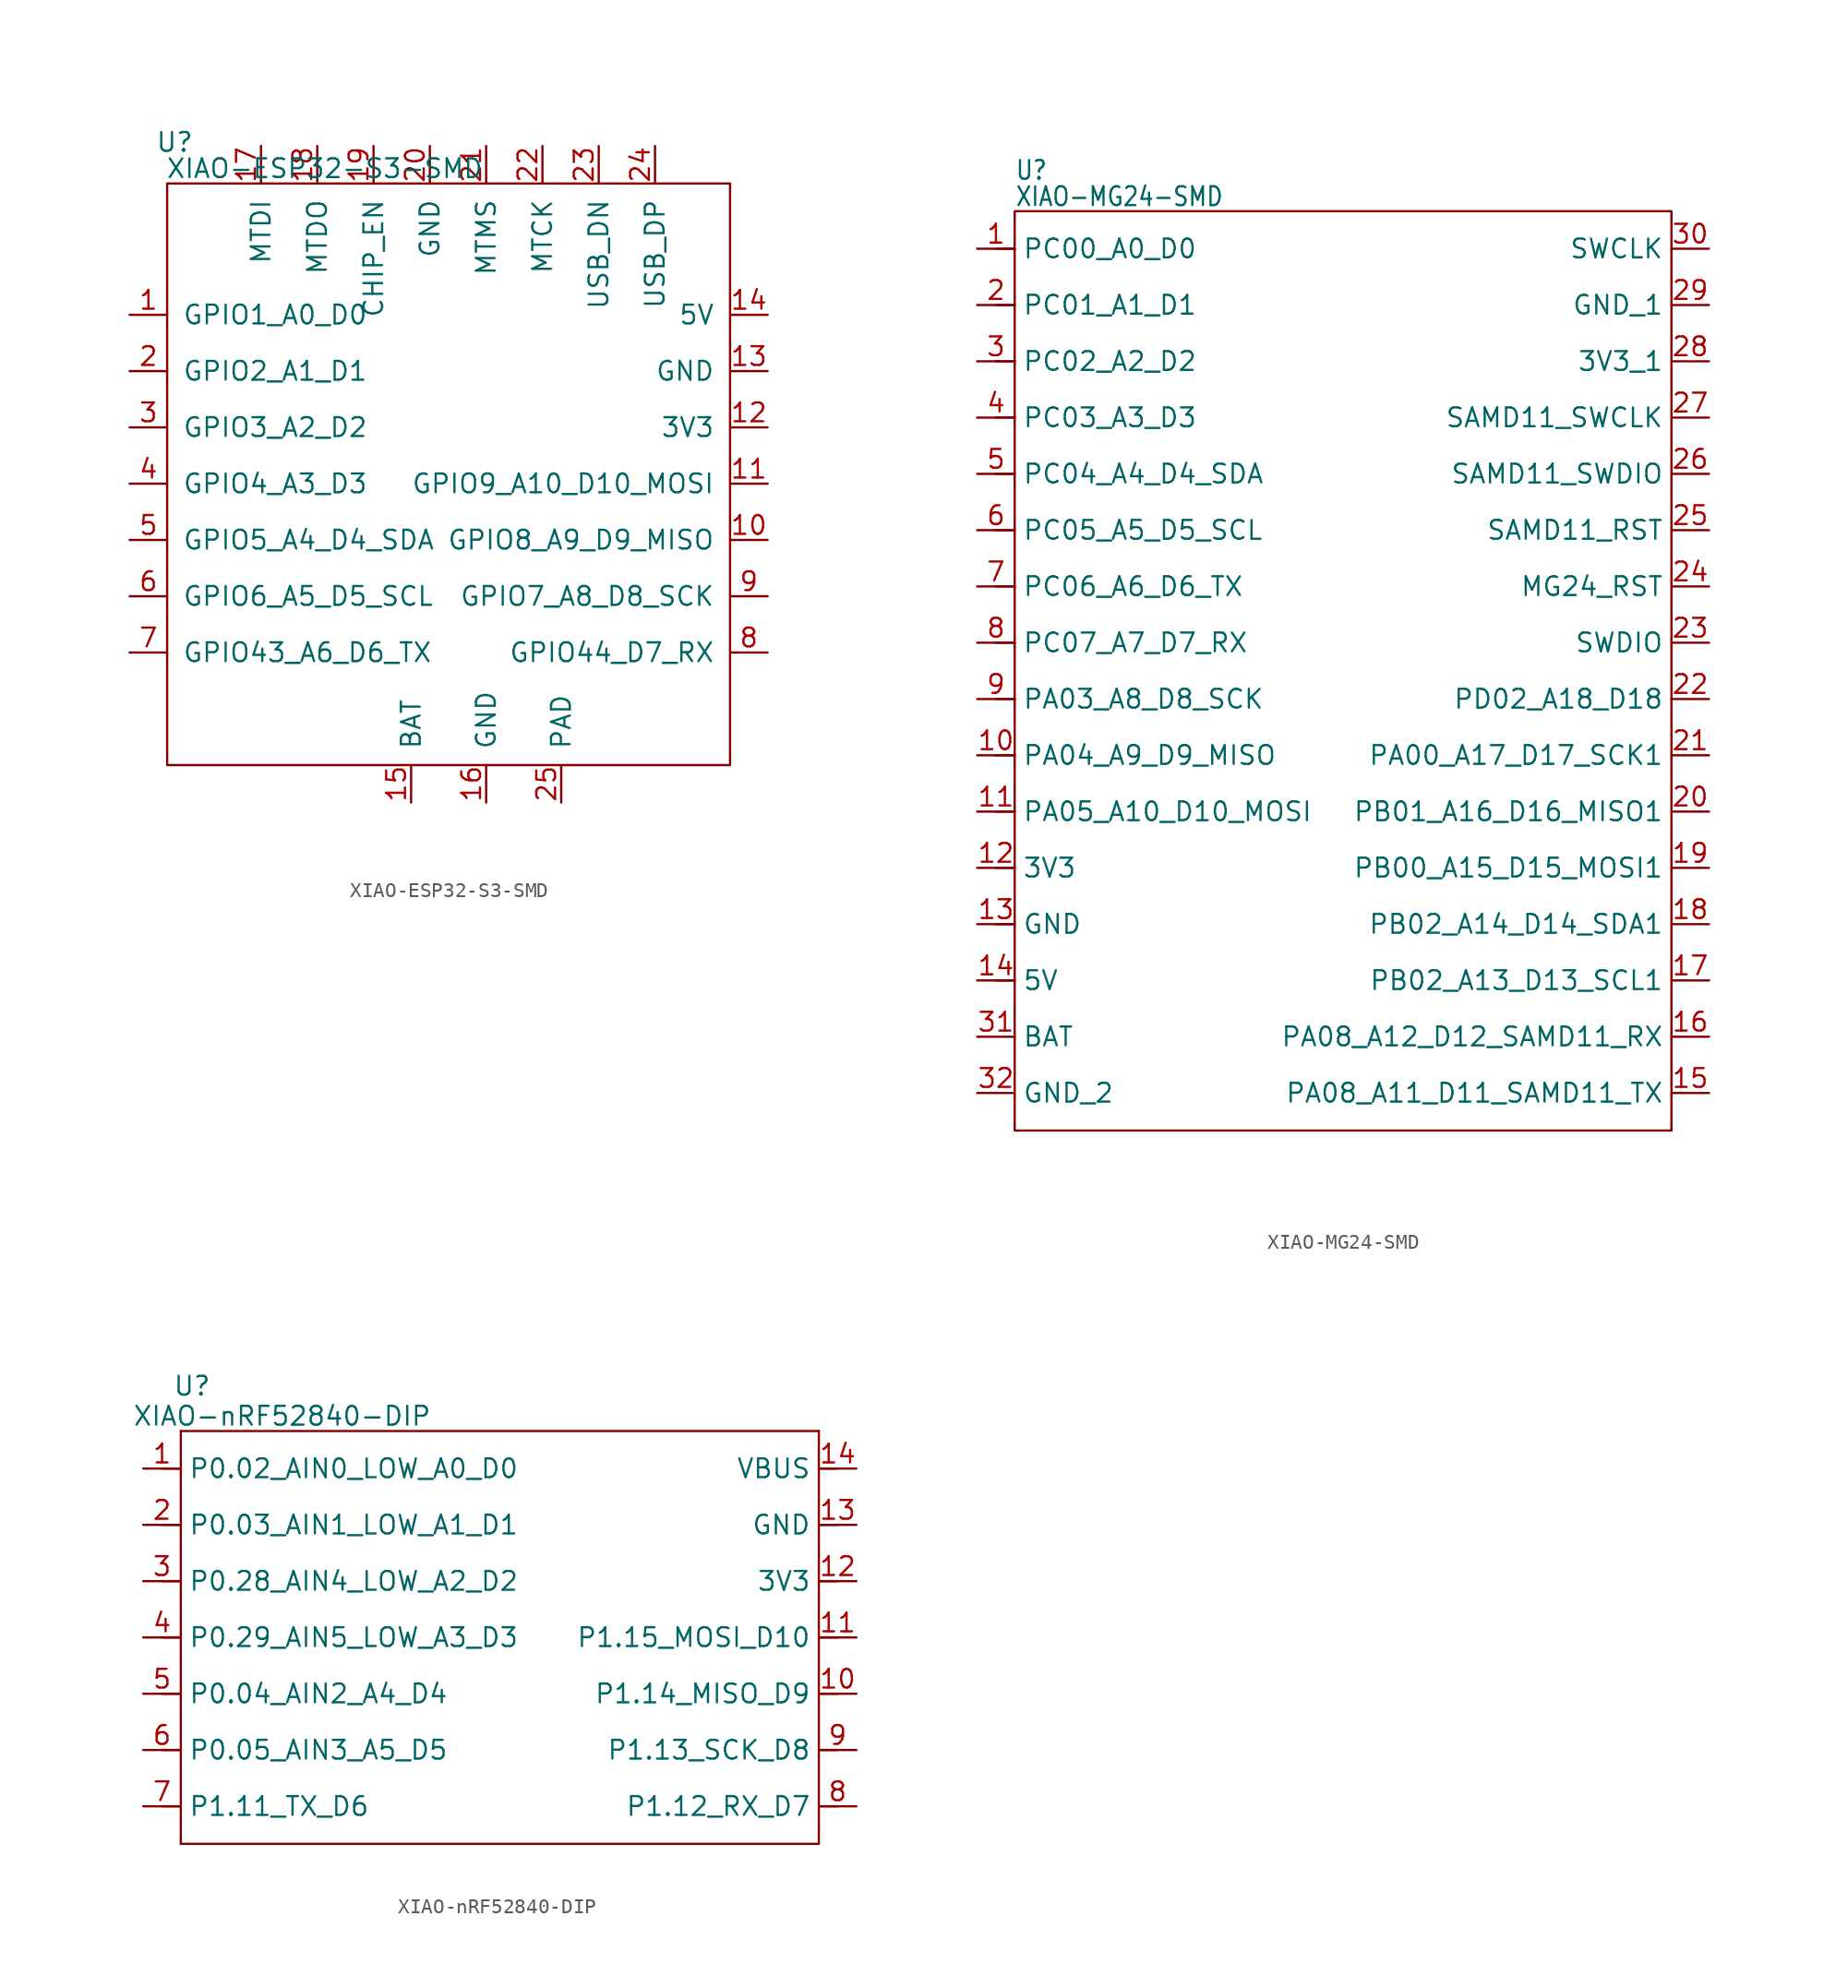
<source format=kicad_sym>
(kicad_symbol_lib
  (version 20231120)
  (generator "kicad_symbol_editor")
  (generator_version "8.0")
  (symbol "XIAO-ESP32-S3-SMD"
    (pin_names
      (offset 1.016))
    (property "Reference" "U"
      (at -18.542 23.114 0)
      (effects (font (size 1.27 1.27))))
    (property "Value" "XIAO-ESP32-S3-SMD"
      (at -8.382 21.336 0)
      (effects (font (size 1.27 1.27))))
    (symbol "XIAO-ESP32-S3-SMD_0_1"
      (rectangle (start 19.05 -19.05) (end -19.05 20.32) (stroke (width 0) (type default)) (fill (type none))))
    (symbol "XIAO-ESP32-S3-SMD_1_1"
      (pin passive line (at -21.59 11.43 0) (length 2.54) (name "GPIO1_A0_D0" (effects (font (size 1.27 1.27)))) (number "1" (effects (font (size 1.27 1.27)))))
      (pin passive line (at 21.59 -3.81 180) (length 2.54) (name "GPIO8_A9_D9_MISO" (effects (font (size 1.27 1.27)))) (number "10" (effects (font (size 1.27 1.27)))))
      (pin passive line (at 21.59 0 180) (length 2.54) (name "GPIO9_A10_D10_MOSI" (effects (font (size 1.27 1.27)))) (number "11" (effects (font (size 1.27 1.27)))))
      (pin passive line (at 21.59 3.81 180) (length 2.54) (name "3V3" (effects (font (size 1.27 1.27)))) (number "12" (effects (font (size 1.27 1.27)))))
      (pin passive line (at 21.59 7.62 180) (length 2.54) (name "GND" (effects (font (size 1.27 1.27)))) (number "13" (effects (font (size 1.27 1.27)))))
      (pin passive line (at 21.59 11.43 180) (length 2.54) (name "5V" (effects (font (size 1.27 1.27)))) (number "14" (effects (font (size 1.27 1.27)))))
      (pin passive line (at -2.54 -21.59 90) (length 2.54) (name "BAT" (effects (font (size 1.27 1.27)))) (number "15" (effects (font (size 1.27 1.27)))))
      (pin passive line (at 2.54 -21.59 90) (length 2.54) (name "GND" (effects (font (size 1.27 1.27)))) (number "16" (effects (font (size 1.27 1.27)))))
      (pin passive line (at -12.7 22.86 270) (length 2.54) (name "MTDI" (effects (font (size 1.27 1.27)))) (number "17" (effects (font (size 1.27 1.27)))))
      (pin passive line (at -8.89 22.86 270) (length 2.54) (name "MTDO" (effects (font (size 1.27 1.27)))) (number "18" (effects (font (size 1.27 1.27)))))
      (pin passive line (at -5.08 22.86 270) (length 2.54) (name "CHIP_EN" (effects (font (size 1.27 1.27)))) (number "19" (effects (font (size 1.27 1.27)))))
      (pin passive line (at -21.59 7.62 0) (length 2.54) (name "GPIO2_A1_D1" (effects (font (size 1.27 1.27)))) (number "2" (effects (font (size 1.27 1.27)))))
      (pin passive line (at -1.27 22.86 270) (length 2.54) (name "GND" (effects (font (size 1.27 1.27)))) (number "20" (effects (font (size 1.27 1.27)))))
      (pin passive line (at 2.54 22.86 270) (length 2.54) (name "MTMS" (effects (font (size 1.27 1.27)))) (number "21" (effects (font (size 1.27 1.27)))))
      (pin passive line (at 6.35 22.86 270) (length 2.54) (name "MTCK" (effects (font (size 1.27 1.27)))) (number "22" (effects (font (size 1.27 1.27)))))
      (pin passive line (at 10.16 22.86 270) (length 2.54) (name "USB_DN" (effects (font (size 1.27 1.27)))) (number "23" (effects (font (size 1.27 1.27)))))
      (pin passive line (at 13.97 22.86 270) (length 2.54) (name "USB_DP" (effects (font (size 1.27 1.27)))) (number "24" (effects (font (size 1.27 1.27)))))
      (pin passive line (at 7.62 -21.59 90) (length 2.54) (name "PAD" (effects (font (size 1.27 1.27)))) (number "25" (effects (font (size 1.27 1.27)))))
      (pin passive line (at -21.59 3.81 0) (length 2.54) (name "GPIO3_A2_D2" (effects (font (size 1.27 1.27)))) (number "3" (effects (font (size 1.27 1.27)))))
      (pin passive line (at -21.59 0 0) (length 2.54) (name "GPIO4_A3_D3" (effects (font (size 1.27 1.27)))) (number "4" (effects (font (size 1.27 1.27)))))
      (pin passive line (at -21.59 -3.81 0) (length 2.54) (name "GPIO5_A4_D4_SDA" (effects (font (size 1.27 1.27)))) (number "5" (effects (font (size 1.27 1.27)))))
      (pin passive line (at -21.59 -7.62 0) (length 2.54) (name "GPIO6_A5_D5_SCL" (effects (font (size 1.27 1.27)))) (number "6" (effects (font (size 1.27 1.27)))))
      (pin passive line (at -21.59 -11.43 0) (length 2.54) (name "GPIO43_A6_D6_TX" (effects (font (size 1.27 1.27)))) (number "7" (effects (font (size 1.27 1.27)))))
      (pin passive line (at 21.59 -11.43 180) (length 2.54) (name "GPIO44_D7_RX" (effects (font (size 1.27 1.27)))) (number "8" (effects (font (size 1.27 1.27)))))
      (pin passive line (at 21.59 -7.62 180) (length 2.54) (name "GPIO7_A8_D8_SCK" (effects (font (size 1.27 1.27)))) (number "9" (effects (font (size 1.27 1.27)))))))
  (symbol "XIAO-MG24-SMD"
    (property "Reference" "U"
      (at -21.59 27.432 0)
      (effects (font (size 1.27 1.079)) (justify left bottom)))
    (property "Value" "XIAO-MG24-SMD"
      (at -21.59 25.654 0)
      (effects (font (size 1.27 1.079)) (justify left bottom)))
    (symbol "XIAO-MG24-SMD_0_1"
      (rectangle (start -21.59 25.4) (end 22.86 -36.83) (stroke (width 0) (type default)) (fill (type none))))
    (symbol "XIAO-MG24-SMD_1_0"
      (polyline (pts (xy -22.86 -26.67) (xy -21.59 -26.67)) (stroke (width 0.152) (type solid)) (fill (type none)))
      (polyline (pts (xy -22.86 -22.86) (xy -21.59 -22.86)) (stroke (width 0.152) (type solid)) (fill (type none)))
      (polyline (pts (xy -22.86 -19.05) (xy -21.59 -19.05)) (stroke (width 0.152) (type solid)) (fill (type none)))
      (polyline (pts (xy -22.86 -15.24) (xy -21.59 -15.24)) (stroke (width 0.152) (type solid)) (fill (type none)))
      (polyline (pts (xy -22.86 -11.43) (xy -21.59 -11.43)) (stroke (width 0.152) (type solid)) (fill (type none)))
      (polyline (pts (xy -22.86 -7.62) (xy -21.59 -7.62)) (stroke (width 0.152) (type solid)) (fill (type none)))
      (polyline (pts (xy -22.86 -3.81) (xy -21.59 -3.81)) (stroke (width 0.152) (type solid)) (fill (type none)))
      (polyline (pts (xy -21.59 0) (xy -22.86 0)) (stroke (width 0.152) (type solid)) (fill (type none)))
      (polyline (pts (xy -21.59 3.81) (xy -22.86 3.81)) (stroke (width 0.152) (type solid)) (fill (type none)))
      (polyline (pts (xy -21.59 7.62) (xy -22.86 7.62)) (stroke (width 0.152) (type solid)) (fill (type none)))
      (polyline (pts (xy -21.59 11.43) (xy -22.86 11.43)) (stroke (width 0.152) (type solid)) (fill (type none)))
      (polyline (pts (xy -21.59 15.24) (xy -22.86 15.24)) (stroke (width 0.152) (type solid)) (fill (type none)))
      (polyline (pts (xy -21.59 19.05) (xy -22.86 19.05)) (stroke (width 0.152) (type solid)) (fill (type none)))
      (polyline (pts (xy -21.59 22.86) (xy -22.86 22.86)) (stroke (width 0.152) (type solid)) (fill (type none)))
      (pin passive line (at -24.13 22.86 0) (length 2.54) (name "PC00_A0_D0" (effects (font (size 1.27 1.27)))) (number "1" (effects (font (size 1.27 1.27)))))
      (pin passive line (at -24.13 -11.43 0) (length 2.54) (name "PA04_A9_D9_MISO" (effects (font (size 1.27 1.27)))) (number "10" (effects (font (size 1.27 1.27)))))
      (pin passive line (at -24.13 -15.24 0) (length 2.54) (name "PA05_A10_D10_MOSI" (effects (font (size 1.27 1.27)))) (number "11" (effects (font (size 1.27 1.27)))))
      (pin passive line (at -24.13 -19.05 0) (length 2.54) (name "3V3" (effects (font (size 1.27 1.27)))) (number "12" (effects (font (size 1.27 1.27)))))
      (pin passive line (at -24.13 -22.86 0) (length 2.54) (name "GND" (effects (font (size 1.27 1.27)))) (number "13" (effects (font (size 1.27 1.27)))))
      (pin passive line (at -24.13 -26.67 0) (length 2.54) (name "5V" (effects (font (size 1.27 1.27)))) (number "14" (effects (font (size 1.27 1.27)))))
      (pin passive line (at -24.13 19.05 0) (length 2.54) (name "PC01_A1_D1" (effects (font (size 1.27 1.27)))) (number "2" (effects (font (size 1.27 1.27)))))
      (pin passive line (at -24.13 15.24 0) (length 2.54) (name "PC02_A2_D2" (effects (font (size 1.27 1.27)))) (number "3" (effects (font (size 1.27 1.27)))))
      (pin passive line (at -24.13 11.43 0) (length 2.54) (name "PC03_A3_D3" (effects (font (size 1.27 1.27)))) (number "4" (effects (font (size 1.27 1.27)))))
      (pin passive line (at -24.13 7.62 0) (length 2.54) (name "PC04_A4_D4_SDA" (effects (font (size 1.27 1.27)))) (number "5" (effects (font (size 1.27 1.27)))))
      (pin passive line (at -24.13 3.81 0) (length 2.54) (name "PC05_A5_D5_SCL" (effects (font (size 1.27 1.27)))) (number "6" (effects (font (size 1.27 1.27)))))
      (pin passive line (at -24.13 0 0) (length 2.54) (name "PC06_A6_D6_TX" (effects (font (size 1.27 1.27)))) (number "7" (effects (font (size 1.27 1.27)))))
      (pin passive line (at -24.13 -3.81 0) (length 2.54) (name "PC07_A7_D7_RX" (effects (font (size 1.27 1.27)))) (number "8" (effects (font (size 1.27 1.27)))))
      (pin passive line (at -24.13 -7.62 0) (length 2.54) (name "PA03_A8_D8_SCK" (effects (font (size 1.27 1.27)))) (number "9" (effects (font (size 1.27 1.27))))))
    (symbol "XIAO-MG24-SMD_1_1"
      (pin passive line (at 25.4 -34.29 180) (length 2.54) (name "PA08_A11_D11_SAMD11_TX" (effects (font (size 1.27 1.27)))) (number "15" (effects (font (size 1.27 1.27)))))
      (pin passive line (at 25.4 -30.48 180) (length 2.54) (name "PA08_A12_D12_SAMD11_RX" (effects (font (size 1.27 1.27)))) (number "16" (effects (font (size 1.27 1.27)))))
      (pin passive line (at 25.4 -26.67 180) (length 2.54) (name "PB02_A13_D13_SCL1" (effects (font (size 1.27 1.27)))) (number "17" (effects (font (size 1.27 1.27)))))
      (pin passive line (at 25.4 -22.86 180) (length 2.54) (name "PB02_A14_D14_SDA1" (effects (font (size 1.27 1.27)))) (number "18" (effects (font (size 1.27 1.27)))))
      (pin passive line (at 25.4 -19.05 180) (length 2.54) (name "PB00_A15_D15_MOSI1" (effects (font (size 1.27 1.27)))) (number "19" (effects (font (size 1.27 1.27)))))
      (pin passive line (at 25.4 -15.24 180) (length 2.54) (name "PB01_A16_D16_MISO1" (effects (font (size 1.27 1.27)))) (number "20" (effects (font (size 1.27 1.27)))))
      (pin passive line (at 25.4 -11.43 180) (length 2.54) (name "PA00_A17_D17_SCK1" (effects (font (size 1.27 1.27)))) (number "21" (effects (font (size 1.27 1.27)))))
      (pin passive line (at 25.4 -7.62 180) (length 2.54) (name "PD02_A18_D18" (effects (font (size 1.27 1.27)))) (number "22" (effects (font (size 1.27 1.27)))))
      (pin passive line (at 25.4 -3.81 180) (length 2.54) (name "SWDIO" (effects (font (size 1.27 1.27)))) (number "23" (effects (font (size 1.27 1.27)))))
      (pin passive line (at 25.4 0 180) (length 2.54) (name "MG24_RST" (effects (font (size 1.27 1.27)))) (number "24" (effects (font (size 1.27 1.27)))))
      (pin passive line (at 25.4 3.81 180) (length 2.54) (name "SAMD11_RST" (effects (font (size 1.27 1.27)))) (number "25" (effects (font (size 1.27 1.27)))))
      (pin passive line (at 25.4 7.62 180) (length 2.54) (name "SAMD11_SWDIO" (effects (font (size 1.27 1.27)))) (number "26" (effects (font (size 1.27 1.27)))))
      (pin passive line (at 25.4 11.43 180) (length 2.54) (name "SAMD11_SWCLK" (effects (font (size 1.27 1.27)))) (number "27" (effects (font (size 1.27 1.27)))))
      (pin passive line (at 25.4 15.24 180) (length 2.54) (name "3V3_1" (effects (font (size 1.27 1.27)))) (number "28" (effects (font (size 1.27 1.27)))))
      (pin passive line (at 25.4 19.05 180) (length 2.54) (name "GND_1" (effects (font (size 1.27 1.27)))) (number "29" (effects (font (size 1.27 1.27)))))
      (pin passive line (at 25.4 22.86 180) (length 2.54) (name "SWCLK" (effects (font (size 1.27 1.27)))) (number "30" (effects (font (size 1.27 1.27)))))
      (pin passive line (at -24.13 -30.48 0) (length 2.54) (name "BAT" (effects (font (size 1.27 1.27)))) (number "31" (effects (font (size 1.27 1.27)))))
      (pin passive line (at -24.13 -34.29 0) (length 2.54) (name "GND_2" (effects (font (size 1.27 1.27)))) (number "32" (effects (font (size 1.27 1.27)))))))
  (symbol "XIAO-nRF52840-DIP"
    (property "Reference" "U"
      (at -3.048 1.778 0)
      (effects (font (size 1.27 1.27))))
    (property "Value" "XIAO-nRF52840-DIP"
      (at 3.048 -0.254 0)
      (effects (font (size 1.27 1.27))))
    (symbol "XIAO-nRF52840-DIP_1_0"
      (polyline (pts (xy -3.81 -29.21) (xy -3.81 -15.24)) (stroke (width 0.152) (type solid)) (fill (type none)))
      (polyline (pts (xy -3.81 -26.67) (xy -5.08 -26.67)) (stroke (width 0.152) (type solid)) (fill (type none)))
      (polyline (pts (xy -3.81 -22.86) (xy -5.08 -22.86)) (stroke (width 0.152) (type solid)) (fill (type none)))
      (polyline (pts (xy -3.81 -19.05) (xy -5.08 -19.05)) (stroke (width 0.152) (type solid)) (fill (type none)))
      (polyline (pts (xy -3.81 -15.24) (xy -5.08 -15.24)) (stroke (width 0.152) (type solid)) (fill (type none)))
      (polyline (pts (xy -3.81 -15.24) (xy -3.81 -11.43)) (stroke (width 0.152) (type solid)) (fill (type none)))
      (polyline (pts (xy -3.81 -11.43) (xy -5.08 -11.43)) (stroke (width 0.152) (type solid)) (fill (type none)))
      (polyline (pts (xy -3.81 -11.43) (xy -3.81 -7.62)) (stroke (width 0.152) (type solid)) (fill (type none)))
      (polyline (pts (xy -3.81 -7.62) (xy -5.08 -7.62)) (stroke (width 0.152) (type solid)) (fill (type none)))
      (polyline (pts (xy -3.81 -7.62) (xy -3.81 -3.81)) (stroke (width 0.152) (type solid)) (fill (type none)))
      (polyline (pts (xy -3.81 -3.81) (xy -5.08 -3.81)) (stroke (width 0.152) (type solid)) (fill (type none)))
      (polyline (pts (xy -3.81 -3.81) (xy -3.81 -1.27)) (stroke (width 0.152) (type solid)) (fill (type none)))
      (polyline (pts (xy -3.81 -1.27) (xy 39.37 -1.27)) (stroke (width 0.152) (type solid)) (fill (type none)))
      (polyline (pts (xy 39.37 -29.21) (xy -3.81 -29.21)) (stroke (width 0.152) (type solid)) (fill (type none)))
      (polyline (pts (xy 39.37 -11.43) (xy 39.37 -29.21)) (stroke (width 0.152) (type solid)) (fill (type none)))
      (polyline (pts (xy 39.37 -7.62) (xy 39.37 -11.43)) (stroke (width 0.152) (type solid)) (fill (type none)))
      (polyline (pts (xy 39.37 -3.81) (xy 39.37 -7.62)) (stroke (width 0.152) (type solid)) (fill (type none)))
      (polyline (pts (xy 39.37 -1.27) (xy 39.37 -3.81)) (stroke (width 0.152) (type solid)) (fill (type none)))
      (polyline (pts (xy 40.64 -26.67) (xy 39.37 -26.67)) (stroke (width 0.152) (type solid)) (fill (type none)))
      (polyline (pts (xy 40.64 -22.86) (xy 39.37 -22.86)) (stroke (width 0.152) (type solid)) (fill (type none)))
      (polyline (pts (xy 40.64 -19.05) (xy 39.37 -19.05)) (stroke (width 0.152) (type solid)) (fill (type none)))
      (polyline (pts (xy 40.64 -15.24) (xy 39.37 -15.24)) (stroke (width 0.152) (type solid)) (fill (type none)))
      (polyline (pts (xy 40.64 -11.43) (xy 39.37 -11.43)) (stroke (width 0.152) (type solid)) (fill (type none)))
      (polyline (pts (xy 40.64 -7.62) (xy 39.37 -7.62)) (stroke (width 0.152) (type solid)) (fill (type none)))
      (polyline (pts (xy 40.64 -3.81) (xy 39.37 -3.81)) (stroke (width 0.152) (type solid)) (fill (type none)))
      (pin passive line (at -6.35 -3.81 0) (length 2.54) (name "P0.02_AIN0_LOW_A0_D0" (effects (font (size 1.27 1.27)))) (number "1" (effects (font (size 1.27 1.27)))))
      (pin passive line (at 41.91 -19.05 180) (length 2.54) (name "P1.14_MISO_D9" (effects (font (size 1.27 1.27)))) (number "10" (effects (font (size 1.27 1.27)))))
      (pin passive line (at 41.91 -15.24 180) (length 2.54) (name "P1.15_MOSI_D10" (effects (font (size 1.27 1.27)))) (number "11" (effects (font (size 1.27 1.27)))))
      (pin passive line (at 41.91 -11.43 180) (length 2.54) (name "3V3" (effects (font (size 1.27 1.27)))) (number "12" (effects (font (size 1.27 1.27)))))
      (pin passive line (at 41.91 -7.62 180) (length 2.54) (name "GND" (effects (font (size 1.27 1.27)))) (number "13" (effects (font (size 1.27 1.27)))))
      (pin passive line (at 41.91 -3.81 180) (length 2.54) (name "VBUS" (effects (font (size 1.27 1.27)))) (number "14" (effects (font (size 1.27 1.27)))))
      (pin passive line (at -6.35 -7.62 0) (length 2.54) (name "P0.03_AIN1_LOW_A1_D1" (effects (font (size 1.27 1.27)))) (number "2" (effects (font (size 1.27 1.27)))))
      (pin passive line (at -6.35 -11.43 0) (length 2.54) (name "P0.28_AIN4_LOW_A2_D2" (effects (font (size 1.27 1.27)))) (number "3" (effects (font (size 1.27 1.27)))))
      (pin passive line (at -6.35 -15.24 0) (length 2.54) (name "P0.29_AIN5_LOW_A3_D3" (effects (font (size 1.27 1.27)))) (number "4" (effects (font (size 1.27 1.27)))))
      (pin passive line (at -6.35 -19.05 0) (length 2.54) (name "P0.04_AIN2_A4_D4" (effects (font (size 1.27 1.27)))) (number "5" (effects (font (size 1.27 1.27)))))
      (pin passive line (at -6.35 -22.86 0) (length 2.54) (name "P0.05_AIN3_A5_D5" (effects (font (size 1.27 1.27)))) (number "6" (effects (font (size 1.27 1.27)))))
      (pin passive line (at -6.35 -26.67 0) (length 2.54) (name "P1.11_TX_D6" (effects (font (size 1.27 1.27)))) (number "7" (effects (font (size 1.27 1.27)))))
      (pin passive line (at 41.91 -26.67 180) (length 2.54) (name "P1.12_RX_D7" (effects (font (size 1.27 1.27)))) (number "8" (effects (font (size 1.27 1.27)))))
      (pin passive line (at 41.91 -22.86 180) (length 2.54) (name "P1.13_SCK_D8" (effects (font (size 1.27 1.27)))) (number "9" (effects (font (size 1.27 1.27))))))))
</source>
